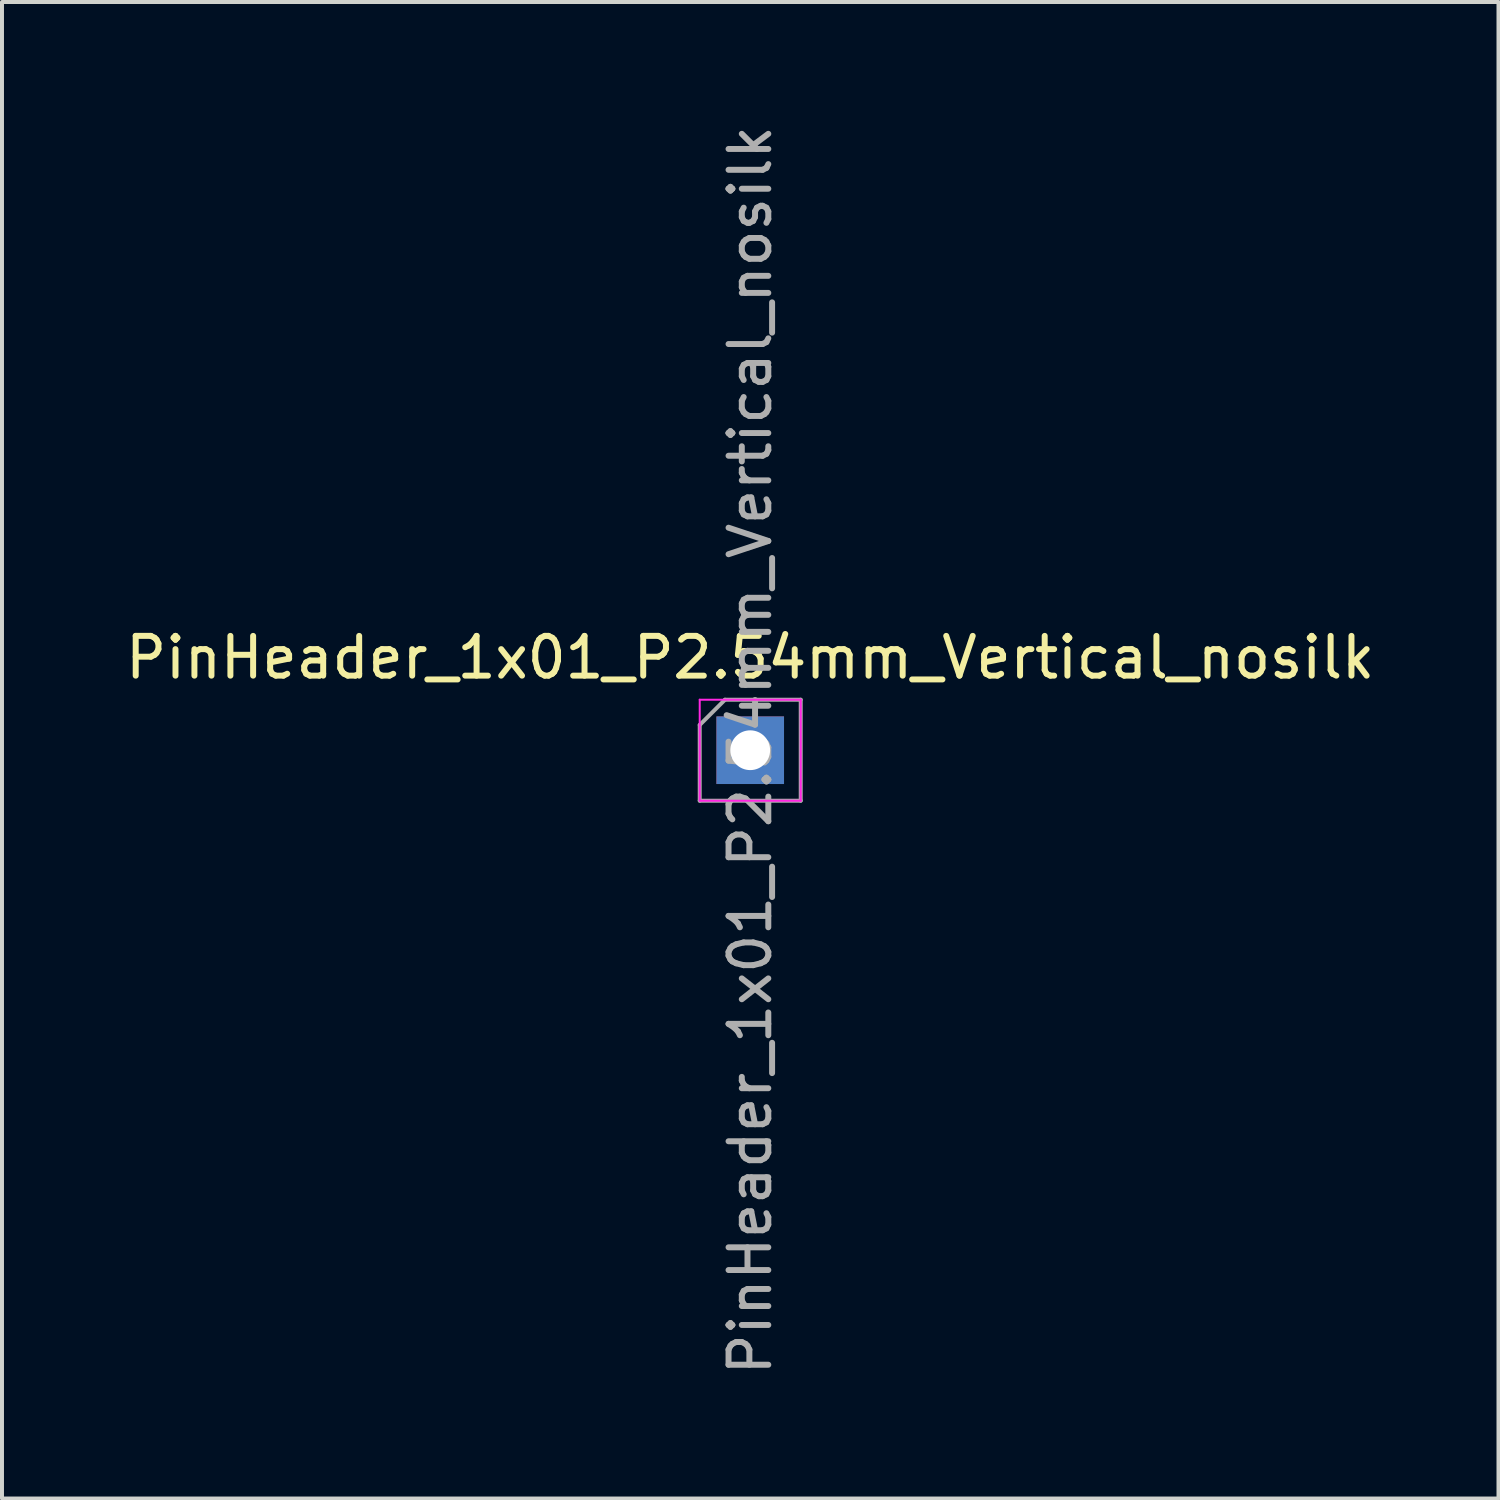
<source format=kicad_pcb>
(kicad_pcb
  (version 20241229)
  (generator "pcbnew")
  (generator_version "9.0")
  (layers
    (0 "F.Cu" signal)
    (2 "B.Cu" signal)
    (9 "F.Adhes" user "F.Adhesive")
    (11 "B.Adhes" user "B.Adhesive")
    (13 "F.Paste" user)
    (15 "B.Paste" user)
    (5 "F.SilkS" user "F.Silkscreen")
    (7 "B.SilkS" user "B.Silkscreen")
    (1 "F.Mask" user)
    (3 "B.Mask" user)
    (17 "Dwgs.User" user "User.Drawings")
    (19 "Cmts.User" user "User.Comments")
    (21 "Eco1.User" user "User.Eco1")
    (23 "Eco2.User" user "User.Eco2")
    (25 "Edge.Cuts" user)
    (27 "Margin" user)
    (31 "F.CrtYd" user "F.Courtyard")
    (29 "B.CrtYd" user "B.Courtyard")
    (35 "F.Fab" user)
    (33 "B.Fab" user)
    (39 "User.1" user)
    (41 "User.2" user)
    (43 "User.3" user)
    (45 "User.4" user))
  (footprint "PinHeader_1x01_P2.54mm_Vertical_nosilk"
    (layer "F.Cu")
    (at 15.815 15.815)
    (property "Reference" "PinHeader_1x01_P2.54mm_Vertical_nosilk" (at 0 -2.33 0) (layer "F.SilkS") (effects (font (size 1 1) (thickness 0.15))))
    (attr through_hole)
    (fp_line (start -1.27 -1.27) (end -1.27 1.27) (stroke (width 0.05) (type solid)) (layer "F.CrtYd"))
    (fp_line (start -1.27 1.27) (end 1.27 1.27) (stroke (width 0.05) (type solid)) (layer "F.CrtYd"))
    (fp_line (start 1.27 -1.27) (end -1.27 -1.27) (stroke (width 0.05) (type solid)) (layer "F.CrtYd"))
    (fp_line (start 1.27 1.27) (end 1.27 -1.27) (stroke (width 0.05) (type solid)) (layer "F.CrtYd"))
    (fp_line (start -1.27 -0.635) (end -0.635 -1.27) (stroke (width 0.1) (type solid)) (layer "F.Fab"))
    (fp_line (start -1.27 1.27) (end -1.27 -0.635) (stroke (width 0.1) (type solid)) (layer "F.Fab"))
    (fp_line (start -0.635 -1.27) (end 1.27 -1.27) (stroke (width 0.1) (type solid)) (layer "F.Fab"))
    (fp_line (start 1.27 -1.27) (end 1.27 1.27) (stroke (width 0.1) (type solid)) (layer "F.Fab"))
    (fp_line (start 1.27 1.27) (end -1.27 1.27) (stroke (width 0.1) (type solid)) (layer "F.Fab"))
    (fp_text user "${REFERENCE}" (at 0 0 90) (layer "F.Fab") (effects (font (size 1 1) (thickness 0.15))))
    (pad "1" thru_hole rect (at 0 0) (size 1.7 1.7) (drill 1) (layers "*.Cu" "*.Mask")))
  (gr_rect
    (start -3 -3)
    (end 34.631 34.631)
    (stroke (width 0.1) (type default))
    (fill no)
    (layer "Edge.Cuts")))
</source>
